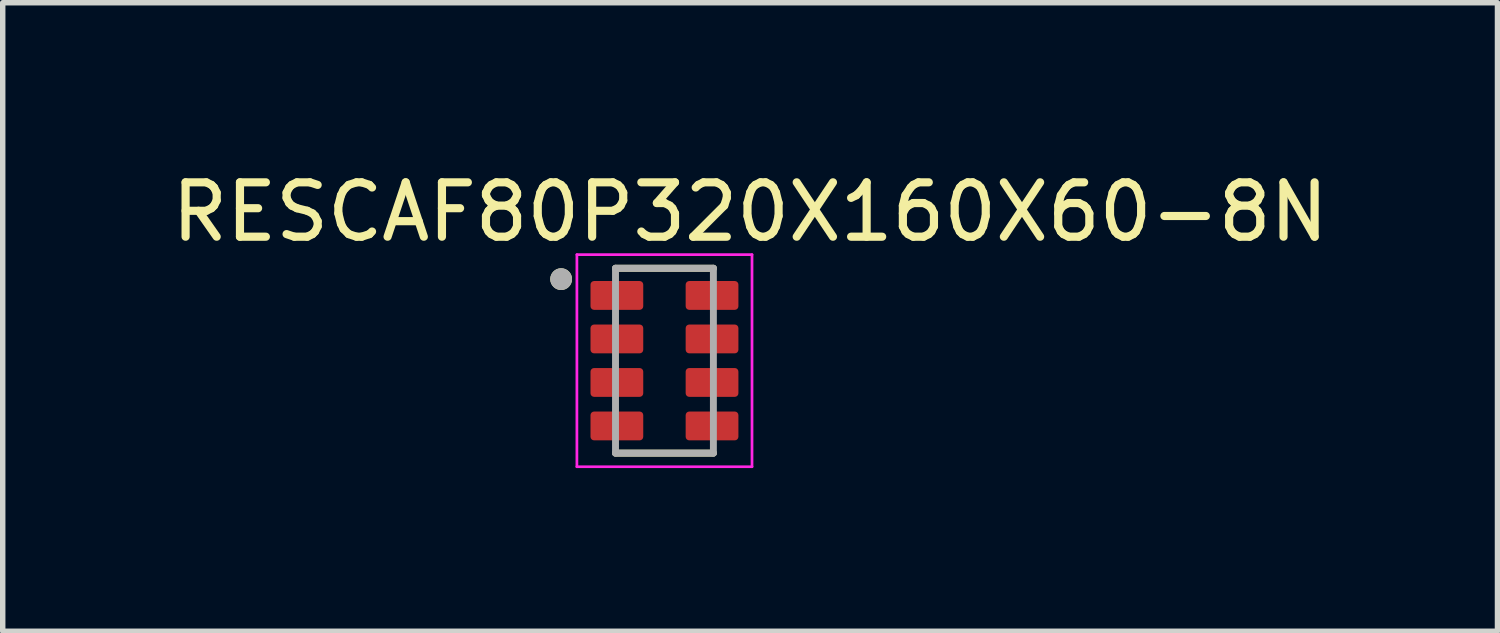
<source format=kicad_pcb>
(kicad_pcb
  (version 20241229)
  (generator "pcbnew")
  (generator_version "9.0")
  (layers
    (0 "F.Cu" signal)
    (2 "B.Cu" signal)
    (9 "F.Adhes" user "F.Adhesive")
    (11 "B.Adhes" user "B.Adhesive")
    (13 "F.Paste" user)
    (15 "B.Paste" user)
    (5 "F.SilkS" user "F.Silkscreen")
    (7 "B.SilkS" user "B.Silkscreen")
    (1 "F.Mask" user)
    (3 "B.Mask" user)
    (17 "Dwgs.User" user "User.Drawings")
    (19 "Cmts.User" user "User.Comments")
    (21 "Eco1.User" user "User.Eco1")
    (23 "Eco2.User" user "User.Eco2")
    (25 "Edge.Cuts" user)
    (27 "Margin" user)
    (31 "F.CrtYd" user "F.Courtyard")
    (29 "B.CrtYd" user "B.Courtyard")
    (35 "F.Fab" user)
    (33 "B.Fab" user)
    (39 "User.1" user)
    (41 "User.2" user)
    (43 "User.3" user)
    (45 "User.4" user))
  (footprint "RESCAF80P320X160X60-8N"
    (layer "F.Cu")
    (at 9.169 3.583)
    (property "Reference" "RESCAF80P320X160X60-8N" (at 1.575 -2.735 0) (layer "F.SilkS") (effects (font (size 1 1) (thickness 0.15))))
    (attr smd)
    (fp_line (start -0.9 -1.7) (end 0.9 -1.7) (stroke (width 0.127) (type solid)) (layer "F.SilkS"))
    (fp_line (start 0.9 1.7) (end -0.9 1.7) (stroke (width 0.127) (type solid)) (layer "F.SilkS"))
    (fp_circle (center -1.9 -1.5) (end -1.8 -1.5) (stroke (width 0.2) (type solid)) (fill no) (layer "F.SilkS"))
    (fp_line (start -1.61 -1.95) (end 1.61 -1.95) (stroke (width 0.05) (type solid)) (layer "F.CrtYd"))
    (fp_line (start -1.61 1.95) (end -1.61 -1.95) (stroke (width 0.05) (type solid)) (layer "F.CrtYd"))
    (fp_line (start 1.61 -1.95) (end 1.61 1.95) (stroke (width 0.05) (type solid)) (layer "F.CrtYd"))
    (fp_line (start 1.61 1.95) (end -1.61 1.95) (stroke (width 0.05) (type solid)) (layer "F.CrtYd"))
    (fp_line (start -0.9 -1.7) (end 0.9 -1.7) (stroke (width 0.127) (type solid)) (layer "F.Fab"))
    (fp_line (start -0.9 1.7) (end -0.9 -1.7) (stroke (width 0.127) (type solid)) (layer "F.Fab"))
    (fp_line (start 0.9 -1.7) (end 0.9 1.7) (stroke (width 0.127) (type solid)) (layer "F.Fab"))
    (fp_line (start 0.9 1.7) (end -0.9 1.7) (stroke (width 0.127) (type solid)) (layer "F.Fab"))
    (fp_circle (center -1.9 -1.5) (end -1.8 -1.5) (stroke (width 0.2) (type solid)) (fill no) (layer "F.Fab"))
    (pad "1" smd roundrect (at -0.875 -1.2) (size 0.97 0.53) (layers "F.Cu" "F.Mask" "F.Paste") (roundrect_rratio 0.125))
    (pad "2" smd roundrect (at -0.875 -0.4) (size 0.97 0.53) (layers "F.Cu" "F.Mask" "F.Paste") (roundrect_rratio 0.125))
    (pad "3" smd roundrect (at -0.875 0.4) (size 0.97 0.53) (layers "F.Cu" "F.Mask" "F.Paste") (roundrect_rratio 0.125))
    (pad "4" smd roundrect (at -0.875 1.2) (size 0.97 0.53) (layers "F.Cu" "F.Mask" "F.Paste") (roundrect_rratio 0.125))
    (pad "5" smd roundrect (at 0.875 1.2) (size 0.97 0.53) (layers "F.Cu" "F.Mask" "F.Paste") (roundrect_rratio 0.125))
    (pad "6" smd roundrect (at 0.875 0.4) (size 0.97 0.53) (layers "F.Cu" "F.Mask" "F.Paste") (roundrect_rratio 0.125))
    (pad "7" smd roundrect (at 0.875 -0.4) (size 0.97 0.53) (layers "F.Cu" "F.Mask" "F.Paste") (roundrect_rratio 0.125))
    (pad "8" smd roundrect (at 0.875 -1.2) (size 0.97 0.53) (layers "F.Cu" "F.Mask" "F.Paste") (roundrect_rratio 0.125)))
  (gr_rect
    (start -3 -3)
    (end 24.488 8.558)
    (stroke (width 0.1) (type default))
    (fill no)
    (layer "Edge.Cuts")))
</source>
